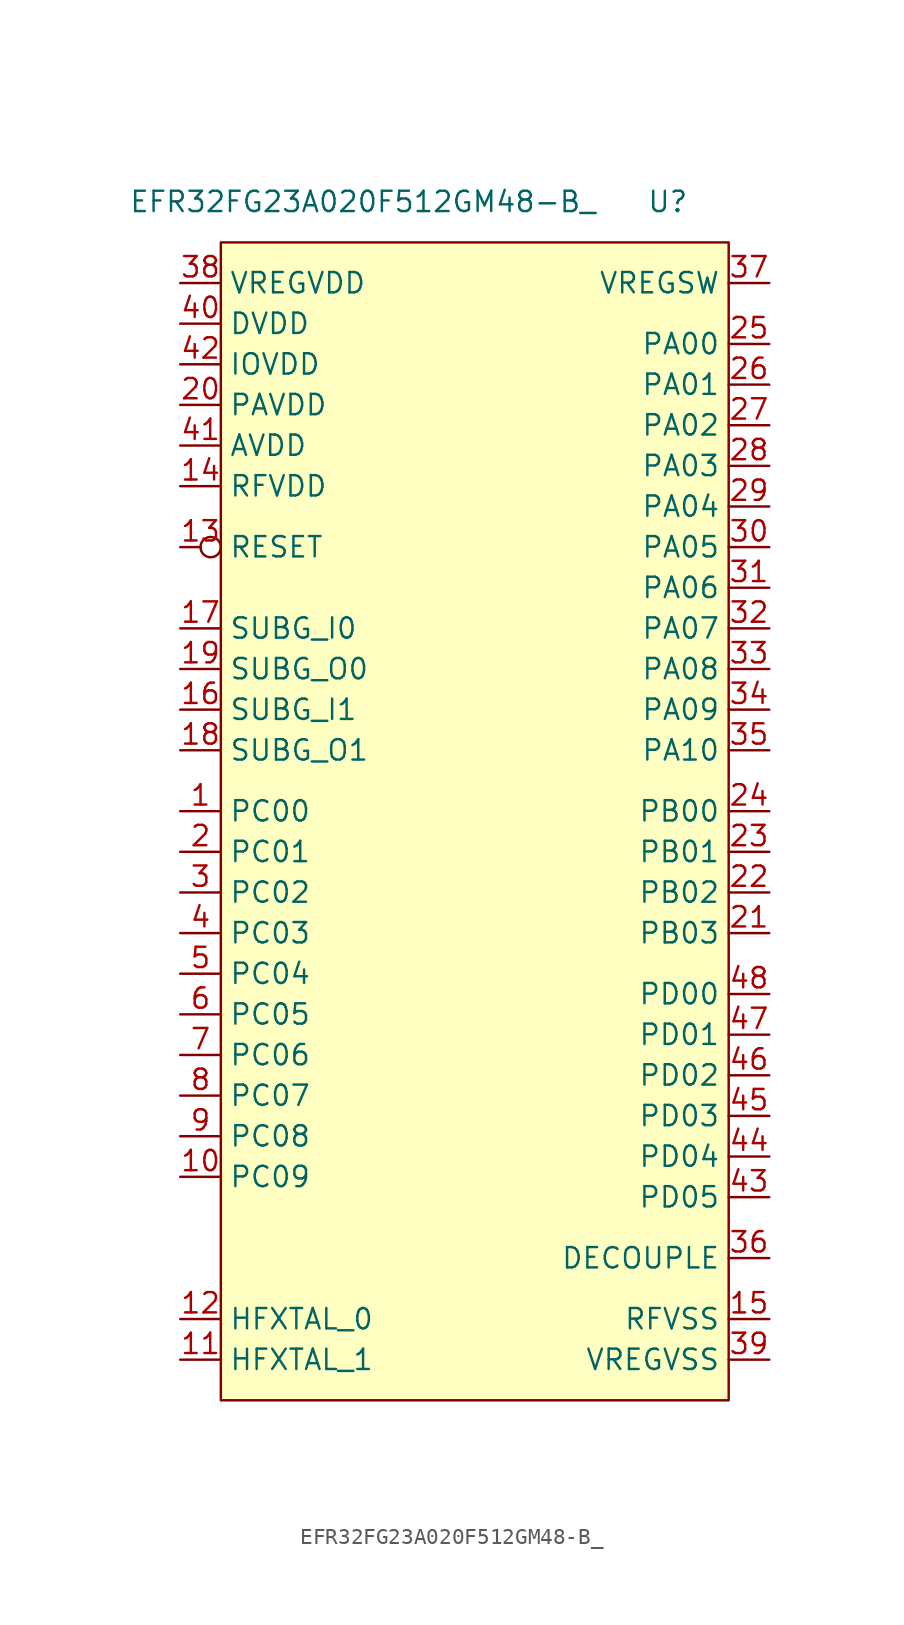
<source format=kicad_sym>
(kicad_symbol_lib
  (version 20211014)
  (generator kicad_symbol_editor)
  (symbol "EFR32FG23A020F512GM48-B_"
    (property "Reference" "U"
      (at 12.7 43.18 0)
      (effects (font (size 1.27 1.27))))
    (property "Value" "EFR32FG23A020F512GM48-B_"
      (at -6.35 43.18 0)
      (effects (font (size 1.27 1.27))))
    (symbol "EFR32FG23A020F512GM48-B__0_1"
      (rectangle (start -15.24 40.64) (end 16.51 -31.75) (stroke (width 0) (type default) (color 0 0 0 0)) (fill (type background))))
    (symbol "EFR32FG23A020F512GM48-B__1_1"
      (pin bidirectional line (at -17.78 5.08 0) (length 2.54) (name "PC00" (effects (font (size 1.27 1.27)))) (number "1" (effects (font (size 1.27 1.27)))))
      (pin bidirectional line (at -17.78 -17.78 0) (length 2.54) (name "PC09" (effects (font (size 1.27 1.27)))) (number "10" (effects (font (size 1.27 1.27)))))
      (pin input line (at -17.78 -29.21 0) (length 2.54) (name "HFXTAL_1" (effects (font (size 1.27 1.27)))) (number "11" (effects (font (size 1.27 1.27)))))
      (pin input line (at -17.78 -26.67 0) (length 2.54) (name "HFXTAL_0" (effects (font (size 1.27 1.27)))) (number "12" (effects (font (size 1.27 1.27)))))
      (pin input inverted (at -17.78 21.59 0) (length 2.54) (name "RESET" (effects (font (size 1.27 1.27)))) (number "13" (effects (font (size 1.27 1.27)))))
      (pin power_in line (at -17.78 25.4 0) (length 2.54) (name "RFVDD" (effects (font (size 1.27 1.27)))) (number "14" (effects (font (size 1.27 1.27)))))
      (pin power_in line (at 19.05 -26.67 180) (length 2.54) (name "RFVSS" (effects (font (size 1.27 1.27)))) (number "15" (effects (font (size 1.27 1.27)))))
      (pin input line (at -17.78 11.43 0) (length 2.54) (name "SUBG_I1" (effects (font (size 1.27 1.27)))) (number "16" (effects (font (size 1.27 1.27)))))
      (pin input line (at -17.78 16.51 0) (length 2.54) (name "SUBG_I0" (effects (font (size 1.27 1.27)))) (number "17" (effects (font (size 1.27 1.27)))))
      (pin output line (at -17.78 8.89 0) (length 2.54) (name "SUBG_O1" (effects (font (size 1.27 1.27)))) (number "18" (effects (font (size 1.27 1.27)))))
      (pin output line (at -17.78 13.97 0) (length 2.54) (name "SUBG_O0" (effects (font (size 1.27 1.27)))) (number "19" (effects (font (size 1.27 1.27)))))
      (pin bidirectional line (at -17.78 2.54 0) (length 2.54) (name "PC01" (effects (font (size 1.27 1.27)))) (number "2" (effects (font (size 1.27 1.27)))))
      (pin power_in line (at -17.78 30.48 0) (length 2.54) (name "PAVDD" (effects (font (size 1.27 1.27)))) (number "20" (effects (font (size 1.27 1.27)))))
      (pin bidirectional line (at 19.05 -2.54 180) (length 2.54) (name "PB03" (effects (font (size 1.27 1.27)))) (number "21" (effects (font (size 1.27 1.27)))))
      (pin bidirectional line (at 19.05 0 180) (length 2.54) (name "PB02" (effects (font (size 1.27 1.27)))) (number "22" (effects (font (size 1.27 1.27)))))
      (pin bidirectional line (at 19.05 2.54 180) (length 2.54) (name "PB01" (effects (font (size 1.27 1.27)))) (number "23" (effects (font (size 1.27 1.27)))))
      (pin bidirectional line (at 19.05 5.08 180) (length 2.54) (name "PB00" (effects (font (size 1.27 1.27)))) (number "24" (effects (font (size 1.27 1.27)))))
      (pin bidirectional line (at 19.05 34.29 180) (length 2.54) (name "PA00" (effects (font (size 1.27 1.27)))) (number "25" (effects (font (size 1.27 1.27)))))
      (pin bidirectional line (at 19.05 31.75 180) (length 2.54) (name "PA01" (effects (font (size 1.27 1.27)))) (number "26" (effects (font (size 1.27 1.27)))))
      (pin bidirectional line (at 19.05 29.21 180) (length 2.54) (name "PA02" (effects (font (size 1.27 1.27)))) (number "27" (effects (font (size 1.27 1.27)))))
      (pin bidirectional line (at 19.05 26.67 180) (length 2.54) (name "PA03" (effects (font (size 1.27 1.27)))) (number "28" (effects (font (size 1.27 1.27)))))
      (pin bidirectional line (at 19.05 24.13 180) (length 2.54) (name "PA04" (effects (font (size 1.27 1.27)))) (number "29" (effects (font (size 1.27 1.27)))))
      (pin bidirectional line (at -17.78 0 0) (length 2.54) (name "PC02" (effects (font (size 1.27 1.27)))) (number "3" (effects (font (size 1.27 1.27)))))
      (pin bidirectional line (at 19.05 21.59 180) (length 2.54) (name "PA05" (effects (font (size 1.27 1.27)))) (number "30" (effects (font (size 1.27 1.27)))))
      (pin bidirectional line (at 19.05 19.05 180) (length 2.54) (name "PA06" (effects (font (size 1.27 1.27)))) (number "31" (effects (font (size 1.27 1.27)))))
      (pin bidirectional line (at 19.05 16.51 180) (length 2.54) (name "PA07" (effects (font (size 1.27 1.27)))) (number "32" (effects (font (size 1.27 1.27)))))
      (pin bidirectional line (at 19.05 13.97 180) (length 2.54) (name "PA08" (effects (font (size 1.27 1.27)))) (number "33" (effects (font (size 1.27 1.27)))))
      (pin bidirectional line (at 19.05 11.43 180) (length 2.54) (name "PA09" (effects (font (size 1.27 1.27)))) (number "34" (effects (font (size 1.27 1.27)))))
      (pin bidirectional line (at 19.05 8.89 180) (length 2.54) (name "PA10" (effects (font (size 1.27 1.27)))) (number "35" (effects (font (size 1.27 1.27)))))
      (pin passive line (at 19.05 -22.86 180) (length 2.54) (name "DECOUPLE" (effects (font (size 1.27 1.27)))) (number "36" (effects (font (size 1.27 1.27)))))
      (pin output line (at 19.05 38.1 180) (length 2.54) (name "VREGSW" (effects (font (size 1.27 1.27)))) (number "37" (effects (font (size 1.27 1.27)))))
      (pin power_in line (at -17.78 38.1 0) (length 2.54) (name "VREGVDD" (effects (font (size 1.27 1.27)))) (number "38" (effects (font (size 1.27 1.27)))))
      (pin power_in line (at 19.05 -29.21 180) (length 2.54) (name "VREGVSS" (effects (font (size 1.27 1.27)))) (number "39" (effects (font (size 1.27 1.27)))))
      (pin bidirectional line (at -17.78 -2.54 0) (length 2.54) (name "PC03" (effects (font (size 1.27 1.27)))) (number "4" (effects (font (size 1.27 1.27)))))
      (pin power_in line (at -17.78 35.56 0) (length 2.54) (name "DVDD" (effects (font (size 1.27 1.27)))) (number "40" (effects (font (size 1.27 1.27)))))
      (pin power_in line (at -17.78 27.94 0) (length 2.54) (name "AVDD" (effects (font (size 1.27 1.27)))) (number "41" (effects (font (size 1.27 1.27)))))
      (pin power_in line (at -17.78 33.02 0) (length 2.54) (name "IOVDD" (effects (font (size 1.27 1.27)))) (number "42" (effects (font (size 1.27 1.27)))))
      (pin bidirectional line (at 19.05 -19.05 180) (length 2.54) (name "PD05" (effects (font (size 1.27 1.27)))) (number "43" (effects (font (size 1.27 1.27)))))
      (pin bidirectional line (at 19.05 -16.51 180) (length 2.54) (name "PD04" (effects (font (size 1.27 1.27)))) (number "44" (effects (font (size 1.27 1.27)))))
      (pin bidirectional line (at 19.05 -13.97 180) (length 2.54) (name "PD03" (effects (font (size 1.27 1.27)))) (number "45" (effects (font (size 1.27 1.27)))))
      (pin bidirectional line (at 19.05 -11.43 180) (length 2.54) (name "PD02" (effects (font (size 1.27 1.27)))) (number "46" (effects (font (size 1.27 1.27)))))
      (pin bidirectional line (at 19.05 -8.89 180) (length 2.54) (name "PD01" (effects (font (size 1.27 1.27)))) (number "47" (effects (font (size 1.27 1.27)))))
      (pin bidirectional line (at 19.05 -6.35 180) (length 2.54) (name "PD00" (effects (font (size 1.27 1.27)))) (number "48" (effects (font (size 1.27 1.27)))))
      (pin bidirectional line (at -17.78 -5.08 0) (length 2.54) (name "PC04" (effects (font (size 1.27 1.27)))) (number "5" (effects (font (size 1.27 1.27)))))
      (pin bidirectional line (at -17.78 -7.62 0) (length 2.54) (name "PC05" (effects (font (size 1.27 1.27)))) (number "6" (effects (font (size 1.27 1.27)))))
      (pin bidirectional line (at -17.78 -10.16 0) (length 2.54) (name "PC06" (effects (font (size 1.27 1.27)))) (number "7" (effects (font (size 1.27 1.27)))))
      (pin bidirectional line (at -17.78 -12.7 0) (length 2.54) (name "PC07" (effects (font (size 1.27 1.27)))) (number "8" (effects (font (size 1.27 1.27)))))
      (pin bidirectional line (at -17.78 -15.24 0) (length 2.54) (name "PC08" (effects (font (size 1.27 1.27)))) (number "9" (effects (font (size 1.27 1.27))))))))
</source>
